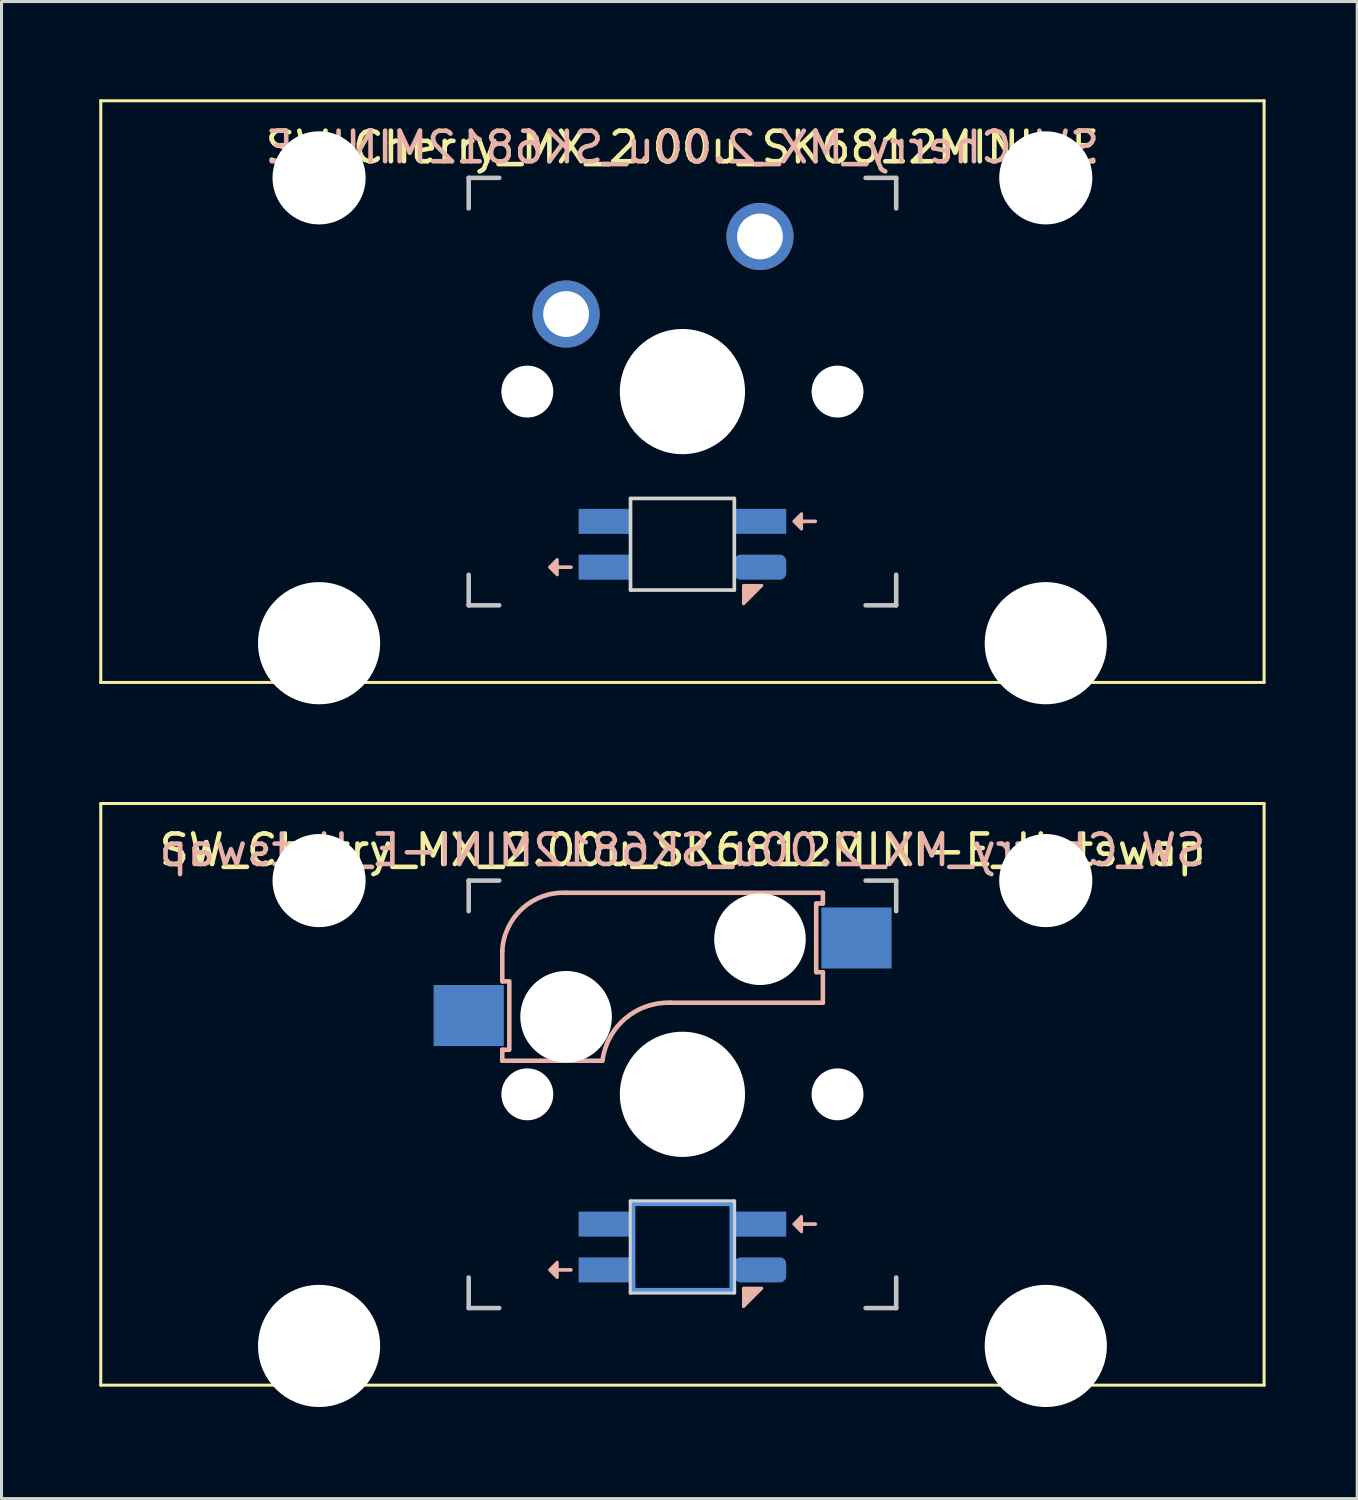
<source format=kicad_pcb>
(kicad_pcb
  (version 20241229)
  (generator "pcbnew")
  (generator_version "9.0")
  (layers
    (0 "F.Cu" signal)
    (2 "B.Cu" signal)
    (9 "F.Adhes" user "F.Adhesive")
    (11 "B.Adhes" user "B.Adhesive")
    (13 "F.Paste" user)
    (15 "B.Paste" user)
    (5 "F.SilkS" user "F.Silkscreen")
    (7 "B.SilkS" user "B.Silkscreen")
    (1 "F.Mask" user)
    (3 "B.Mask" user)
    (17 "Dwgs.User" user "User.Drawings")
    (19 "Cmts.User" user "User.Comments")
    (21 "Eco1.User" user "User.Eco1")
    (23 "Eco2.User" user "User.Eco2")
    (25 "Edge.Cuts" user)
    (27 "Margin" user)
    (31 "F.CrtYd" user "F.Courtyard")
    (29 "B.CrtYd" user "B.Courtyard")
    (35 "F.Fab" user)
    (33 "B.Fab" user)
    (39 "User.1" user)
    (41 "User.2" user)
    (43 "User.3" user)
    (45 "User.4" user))
  (footprint "SW_Cherry_MX_2.00u_SK6812MINI-E_Hotswap"
    (layer "F.Cu")
    (at 0.25 23.265)
    (property "Reference" "SW_Cherry_MX_2.00u_SK6812MINI-E_Hotswap" (at 19.05 1.525 0) (unlocked yes) (layer "F.SilkS") (effects (font (size 1 1) (thickness 0.15))))
    (attr through_hole)
    (fp_line (start 0 0) (end 38.1 0) (stroke (width 0.1) (type solid)) (layer "F.SilkS"))
    (fp_line (start 0 19.05) (end 0 0) (stroke (width 0.1) (type solid)) (layer "F.SilkS"))
    (fp_line (start 38.1 0) (end 38.1 19.05) (stroke (width 0.1) (type solid)) (layer "F.SilkS"))
    (fp_line (start 38.1 19.05) (end 0 19.05) (stroke (width 0.1) (type solid)) (layer "F.SilkS"))
    (fp_line (start 13.15 4.825) (end 13.15 5.825) (stroke (width 0.15) (type solid)) (layer "B.SilkS"))
    (fp_line (start 13.15 5.825) (end 13.35 5.825) (stroke (width 0.15) (type solid)) (layer "B.SilkS"))
    (fp_line (start 13.15 8.425) (end 13.15 8.065) (stroke (width 0.15) (type solid)) (layer "B.SilkS"))
    (fp_line (start 13.15 8.425) (end 16.43 8.425) (stroke (width 0.15) (type solid)) (layer "B.SilkS"))
    (fp_line (start 13.35 8.065) (end 13.15 8.065) (stroke (width 0.15) (type solid)) (layer "B.SilkS"))
    (fp_line (start 13.38 5.825) (end 13.38 8.065) (stroke (width 0.15) (type solid)) (layer "B.SilkS"))
    (fp_line (start 14.95 15.275) (end 15.4 15.275) (stroke (width 0.12) (type solid)) (layer "B.SilkS"))
    (fp_line (start 18.65 6.525) (end 23.65 6.525) (stroke (width 0.15) (type solid)) (layer "B.SilkS"))
    (fp_line (start 22.95 13.775) (end 23.4 13.775) (stroke (width 0.12) (type solid)) (layer "B.SilkS"))
    (fp_line (start 23.43 5.525) (end 23.43 3.275) (stroke (width 0.15) (type solid)) (layer "B.SilkS"))
    (fp_line (start 23.45 3.275) (end 23.65 3.275) (stroke (width 0.15) (type solid)) (layer "B.SilkS"))
    (fp_line (start 23.65 2.925) (end 15.25 2.925) (stroke (width 0.15) (type solid)) (layer "B.SilkS"))
    (fp_line (start 23.65 3.275) (end 23.65 2.925) (stroke (width 0.15) (type solid)) (layer "B.SilkS"))
    (fp_line (start 23.65 5.525) (end 23.45 5.525) (stroke (width 0.15) (type solid)) (layer "B.SilkS"))
    (fp_line (start 23.65 6.525) (end 23.65 5.525) (stroke (width 0.15) (type solid)) (layer "B.SilkS"))
    (fp_arc (start 13.15 4.825001) (mid 13.806496 3.440076) (end 15.249999 2.925) (stroke (width 0.15) (type solid)) (layer "B.SilkS"))
    (fp_arc (start 16.433682 8.403529) (mid 17.181291 7.038882) (end 18.65 6.525) (stroke (width 0.15) (type solid)) (layer "B.SilkS"))
    (fp_poly (pts (xy 14.95 15.025) (xy 14.7 15.275) (xy 14.95 15.525)) (stroke (width 0.1) (type solid)) (fill yes) (layer "B.SilkS"))
    (fp_poly (pts (xy 21.05 16.475) (xy 21.05 15.875) (xy 21.65 15.875)) (stroke (width 0.1) (type solid)) (fill yes) (layer "B.SilkS"))
    (fp_poly (pts (xy 22.95 13.525) (xy 22.7 13.775) (xy 22.95 14.025)) (stroke (width 0.1) (type solid)) (fill yes) (layer "B.SilkS"))
    (fp_line (start 12.05 2.525) (end 13.05 2.525) (stroke (width 0.15) (type solid)) (layer "Dwgs.User"))
    (fp_line (start 12.05 3.525) (end 12.05 2.525) (stroke (width 0.15) (type solid)) (layer "Dwgs.User"))
    (fp_line (start 12.05 15.525) (end 12.05 16.525) (stroke (width 0.15) (type solid)) (layer "Dwgs.User"))
    (fp_line (start 12.05 16.525) (end 13.05 16.525) (stroke (width 0.15) (type solid)) (layer "Dwgs.User"))
    (fp_line (start 25.05 16.525) (end 26.05 16.525) (stroke (width 0.15) (type solid)) (layer "Dwgs.User"))
    (fp_line (start 26.05 2.525) (end 25.05 2.525) (stroke (width 0.15) (type solid)) (layer "Dwgs.User"))
    (fp_line (start 26.05 2.525) (end 26.05 3.525) (stroke (width 0.15) (type solid)) (layer "Dwgs.User"))
    (fp_line (start 26.05 16.525) (end 26.05 15.525) (stroke (width 0.15) (type solid)) (layer "Dwgs.User"))
    (fp_line (start 17.45 13.125) (end 20.65 13.125) (stroke (width 0.12) (type solid)) (layer "Cmts.User"))
    (fp_line (start 17.45 15.925) (end 17.45 13.125) (stroke (width 0.12) (type solid)) (layer "Cmts.User"))
    (fp_line (start 20.65 13.125) (end 20.65 15.925) (stroke (width 0.12) (type solid)) (layer "Cmts.User"))
    (fp_line (start 20.65 15.925) (end 17.45 15.925) (stroke (width 0.12) (type solid)) (layer "Cmts.User"))
    (fp_line (start 2.92 17.297) (end 2.921 3.835) (stroke (width 0.05) (type solid)) (layer "Eco1.User"))
    (fp_line (start 2.921 3.835) (end 12 3.835) (stroke (width 0.05) (type solid)) (layer "Eco1.User"))
    (fp_line (start 9.398 16.129) (end 9.398 17.297) (stroke (width 0.05) (type solid)) (layer "Eco1.User"))
    (fp_line (start 9.398 17.297) (end 2.92 17.297) (stroke (width 0.05) (type solid)) (layer "Eco1.User"))
    (fp_line (start 12 2.48) (end 12 3.835) (stroke (width 0.05) (type solid)) (layer "Eco1.User"))
    (fp_line (start 12 2.48) (end 26.1 2.48) (stroke (width 0.05) (type solid)) (layer "Eco1.User"))
    (fp_line (start 12 16.129) (end 9.398 16.129) (stroke (width 0.05) (type solid)) (layer "Eco1.User"))
    (fp_line (start 12 16.129) (end 12 16.58) (stroke (width 0.05) (type solid)) (layer "Eco1.User"))
    (fp_line (start 26.1 2.48) (end 26.1 3.835) (stroke (width 0.05) (type solid)) (layer "Eco1.User"))
    (fp_line (start 26.1 16.129) (end 26.1 16.58) (stroke (width 0.05) (type solid)) (layer "Eco1.User"))
    (fp_line (start 26.1 16.129) (end 28.702 16.129) (stroke (width 0.05) (type solid)) (layer "Eco1.User"))
    (fp_line (start 26.1 16.58) (end 12 16.58) (stroke (width 0.05) (type solid)) (layer "Eco1.User"))
    (fp_line (start 28.702 17.297) (end 28.702 16.129) (stroke (width 0.05) (type solid)) (layer "Eco1.User"))
    (fp_line (start 28.702 17.297) (end 35.18 17.297) (stroke (width 0.05) (type solid)) (layer "Eco1.User"))
    (fp_line (start 35.179 3.835) (end 26.1 3.835) (stroke (width 0.05) (type solid)) (layer "Eco1.User"))
    (fp_line (start 35.18 17.297) (end 35.179 3.835) (stroke (width 0.05) (type solid)) (layer "Eco1.User"))
    (fp_line (start 17.35 13.025) (end 20.75 13.025) (stroke (width 0.12) (type solid)) (layer "Edge.Cuts"))
    (fp_line (start 17.35 16.025) (end 17.35 13.025) (stroke (width 0.12) (type solid)) (layer "Edge.Cuts"))
    (fp_line (start 20.75 13.025) (end 20.75 16.025) (stroke (width 0.12) (type solid)) (layer "Edge.Cuts"))
    (fp_line (start 20.75 16.025) (end 17.35 16.025) (stroke (width 0.12) (type solid)) (layer "Edge.Cuts"))
    (fp_text user "${REFERENCE}" (at 19.05 1.525 0) (layer "B.SilkS") (effects (font (size 1 1) (thickness 0.15)) (justify mirror)))
    (pad "" np_thru_hole circle (at 7.15 2.525) (size 3.05 3.05) (drill 3.05) (layers "*.Cu" "*.Mask"))
    (pad "" np_thru_hole circle (at 7.15 17.765) (size 4 4) (drill 4) (layers "*.Cu" "*.Mask"))
    (pad "" np_thru_hole circle (at 13.97 9.525) (size 1.7 1.7) (drill 1.7) (layers "*.Cu" "*.Mask"))
    (pad "" np_thru_hole circle (at 15.24 6.985 180) (size 3 3) (drill 3) (layers "*.Cu" "*.Mask"))
    (pad "" np_thru_hole circle (at 19.05 9.525 90) (size 4.1 4.1) (drill 4.1) (layers "*.Cu" "*.Mask"))
    (pad "" np_thru_hole circle (at 21.59 4.445 180) (size 3 3) (drill 3) (layers "*.Cu" "*.Mask"))
    (pad "" np_thru_hole circle (at 24.13 9.525) (size 1.7 1.7) (drill 1.7) (layers "*.Cu" "*.Mask"))
    (pad "" np_thru_hole circle (at 30.95 2.525) (size 3.05 3.05) (drill 3.05) (layers "*.Cu" "*.Mask"))
    (pad "" np_thru_hole circle (at 30.95 17.765) (size 4 4) (drill 4) (layers "*.Cu" "*.Mask"))
    (pad "1" smd rect (at 12.05 6.945 180) (size 2.3 2) (layers "B.Cu" "B.Mask" "B.Paste"))
    (pad "2" smd rect (at 24.75 4.405 180) (size 2.3 2) (layers "B.Cu" "B.Mask" "B.Paste"))
    (pad "3" smd rect (at 16.5 13.775) (size 1.7 0.82) (layers "B.Cu" "B.Mask" "B.Paste"))
    (pad "4" smd rect (at 16.5 15.275) (size 1.7 0.82) (layers "B.Cu" "B.Mask" "B.Paste"))
    (pad "5" smd roundrect (at 21.6 15.275) (size 1.7 0.82) (layers "B.Cu" "B.Mask" "B.Paste") (roundrect_rratio 0.25))
    (pad "6" smd rect (at 21.6 13.775) (size 1.7 0.82) (layers "B.Cu" "B.Mask" "B.Paste")))
  (footprint "SW_Cherry_MX_2.00u_SK6812MINI-E"
    (layer "F.Cu")
    (at 0.25 0.25)
    (property "Reference" "SW_Cherry_MX_2.00u_SK6812MINI-E" (at 19.05 1.525 0) (unlocked yes) (layer "F.SilkS") (effects (font (size 1 1) (thickness 0.15))))
    (attr through_hole)
    (fp_line (start 0 0) (end 38.1 0) (stroke (width 0.1) (type solid)) (layer "F.SilkS"))
    (fp_line (start 0 19.05) (end 0 0) (stroke (width 0.1) (type solid)) (layer "F.SilkS"))
    (fp_line (start 38.1 0) (end 38.1 19.05) (stroke (width 0.1) (type solid)) (layer "F.SilkS"))
    (fp_line (start 38.1 19.05) (end 0 19.05) (stroke (width 0.1) (type solid)) (layer "F.SilkS"))
    (fp_line (start 14.95 15.275) (end 15.4 15.275) (stroke (width 0.12) (type solid)) (layer "B.SilkS"))
    (fp_line (start 22.95 13.775) (end 23.4 13.775) (stroke (width 0.12) (type solid)) (layer "B.SilkS"))
    (fp_poly (pts (xy 14.95 15.025) (xy 14.7 15.275) (xy 14.95 15.525)) (stroke (width 0.1) (type solid)) (fill yes) (layer "B.SilkS"))
    (fp_poly (pts (xy 21.05 16.475) (xy 21.05 15.875) (xy 21.65 15.875)) (stroke (width 0.1) (type solid)) (fill yes) (layer "B.SilkS"))
    (fp_poly (pts (xy 22.95 13.525) (xy 22.7 13.775) (xy 22.95 14.025)) (stroke (width 0.1) (type solid)) (fill yes) (layer "B.SilkS"))
    (fp_line (start 12.05 2.525) (end 13.05 2.525) (stroke (width 0.15) (type solid)) (layer "Dwgs.User"))
    (fp_line (start 12.05 3.525) (end 12.05 2.525) (stroke (width 0.15) (type solid)) (layer "Dwgs.User"))
    (fp_line (start 12.05 15.525) (end 12.05 16.525) (stroke (width 0.15) (type solid)) (layer "Dwgs.User"))
    (fp_line (start 12.05 16.525) (end 13.05 16.525) (stroke (width 0.15) (type solid)) (layer "Dwgs.User"))
    (fp_line (start 25.05 16.525) (end 26.05 16.525) (stroke (width 0.15) (type solid)) (layer "Dwgs.User"))
    (fp_line (start 26.05 2.525) (end 25.05 2.525) (stroke (width 0.15) (type solid)) (layer "Dwgs.User"))
    (fp_line (start 26.05 2.525) (end 26.05 3.525) (stroke (width 0.15) (type solid)) (layer "Dwgs.User"))
    (fp_line (start 26.05 16.525) (end 26.05 15.525) (stroke (width 0.15) (type solid)) (layer "Dwgs.User"))
    (fp_line (start 3.55 3.475) (end 12 3.475) (stroke (width 0.05) (type solid)) (layer "Eco1.User"))
    (fp_line (start 3.55 18.575) (end 3.55 3.475) (stroke (width 0.05) (type solid)) (layer "Eco1.User"))
    (fp_line (start 10.55 16.575) (end 10.55 18.575) (stroke (width 0.05) (type solid)) (layer "Eco1.User"))
    (fp_line (start 10.55 18.575) (end 3.55 18.575) (stroke (width 0.05) (type solid)) (layer "Eco1.User"))
    (fp_line (start 12 2.475) (end 12 3.475) (stroke (width 0.05) (type solid)) (layer "Eco1.User"))
    (fp_line (start 12 2.475) (end 26.1 2.475) (stroke (width 0.05) (type solid)) (layer "Eco1.User"))
    (fp_line (start 19.05 16.575) (end 10.55 16.575) (stroke (width 0.05) (type solid)) (layer "Eco1.User"))
    (fp_line (start 19.05 16.575) (end 27.55 16.575) (stroke (width 0.05) (type default)) (layer "Eco1.User"))
    (fp_line (start 26.1 2.475) (end 26.1 3.475) (stroke (width 0.05) (type solid)) (layer "Eco1.User"))
    (fp_line (start 26.1 3.475) (end 34.55 3.475) (stroke (width 0.05) (type solid)) (layer "Eco1.User"))
    (fp_line (start 27.55 18.575) (end 27.55 16.575) (stroke (width 0.05) (type solid)) (layer "Eco1.User"))
    (fp_line (start 27.55 18.575) (end 34.55 18.575) (stroke (width 0.05) (type solid)) (layer "Eco1.User"))
    (fp_line (start 34.55 18.575) (end 34.55 3.475) (stroke (width 0.05) (type solid)) (layer "Eco1.User"))
    (fp_line (start 17.35 13.025) (end 20.75 13.025) (stroke (width 0.12) (type solid)) (layer "Edge.Cuts"))
    (fp_line (start 17.35 16.025) (end 17.35 13.025) (stroke (width 0.12) (type solid)) (layer "Edge.Cuts"))
    (fp_line (start 20.75 13.025) (end 20.75 16.025) (stroke (width 0.12) (type solid)) (layer "Edge.Cuts"))
    (fp_line (start 20.75 16.025) (end 17.35 16.025) (stroke (width 0.12) (type solid)) (layer "Edge.Cuts"))
    (fp_text user "${REFERENCE}" (at 19.05 1.525 0) (layer "B.SilkS") (effects (font (size 1 1) (thickness 0.15)) (justify mirror)))
    (pad "" np_thru_hole circle (at 7.15 2.525) (size 3.05 3.05) (drill 3.05) (layers "*.Cu" "*.Mask"))
    (pad "" np_thru_hole circle (at 7.15 17.765) (size 4 4) (drill 4) (layers "*.Cu" "*.Mask"))
    (pad "" np_thru_hole circle (at 13.97 9.525) (size 1.7 1.7) (drill 1.7) (layers "*.Cu" "*.Mask"))
    (pad "" np_thru_hole circle (at 19.05 9.525 90) (size 4.1 4.1) (drill 4.1) (layers "*.Cu" "*.Mask"))
    (pad "" np_thru_hole circle (at 24.13 9.525) (size 1.7 1.7) (drill 1.7) (layers "*.Cu" "*.Mask"))
    (pad "" np_thru_hole circle (at 30.95 2.525) (size 3.05 3.05) (drill 3.05) (layers "*.Cu" "*.Mask"))
    (pad "" np_thru_hole circle (at 30.95 17.765) (size 4 4) (drill 4) (layers "*.Cu" "*.Mask"))
    (pad "1" thru_hole circle (at 15.24 6.985 180) (size 2.2 2.2) (drill 1.5) (layers "*.Cu" "*.Mask"))
    (pad "2" thru_hole circle (at 21.59 4.445 180) (size 2.2 2.2) (drill 1.5) (layers "*.Cu" "*.Mask"))
    (pad "3" smd rect (at 16.5 13.775) (size 1.7 0.82) (layers "B.Cu" "B.Mask" "B.Paste"))
    (pad "4" smd rect (at 16.5 15.275) (size 1.7 0.82) (layers "B.Cu" "B.Mask" "B.Paste"))
    (pad "5" smd roundrect (at 21.6 15.275) (size 1.7 0.82) (layers "B.Cu" "B.Mask" "B.Paste") (roundrect_rratio 0.25))
    (pad "6" smd rect (at 21.6 13.775) (size 1.7 0.82) (layers "B.Cu" "B.Mask" "B.Paste")))
  (gr_rect
    (start -3 -3)
    (end 41.4 46.03)
    (stroke (width 0.1) (type default))
    (fill no)
    (layer "Edge.Cuts")))
</source>
